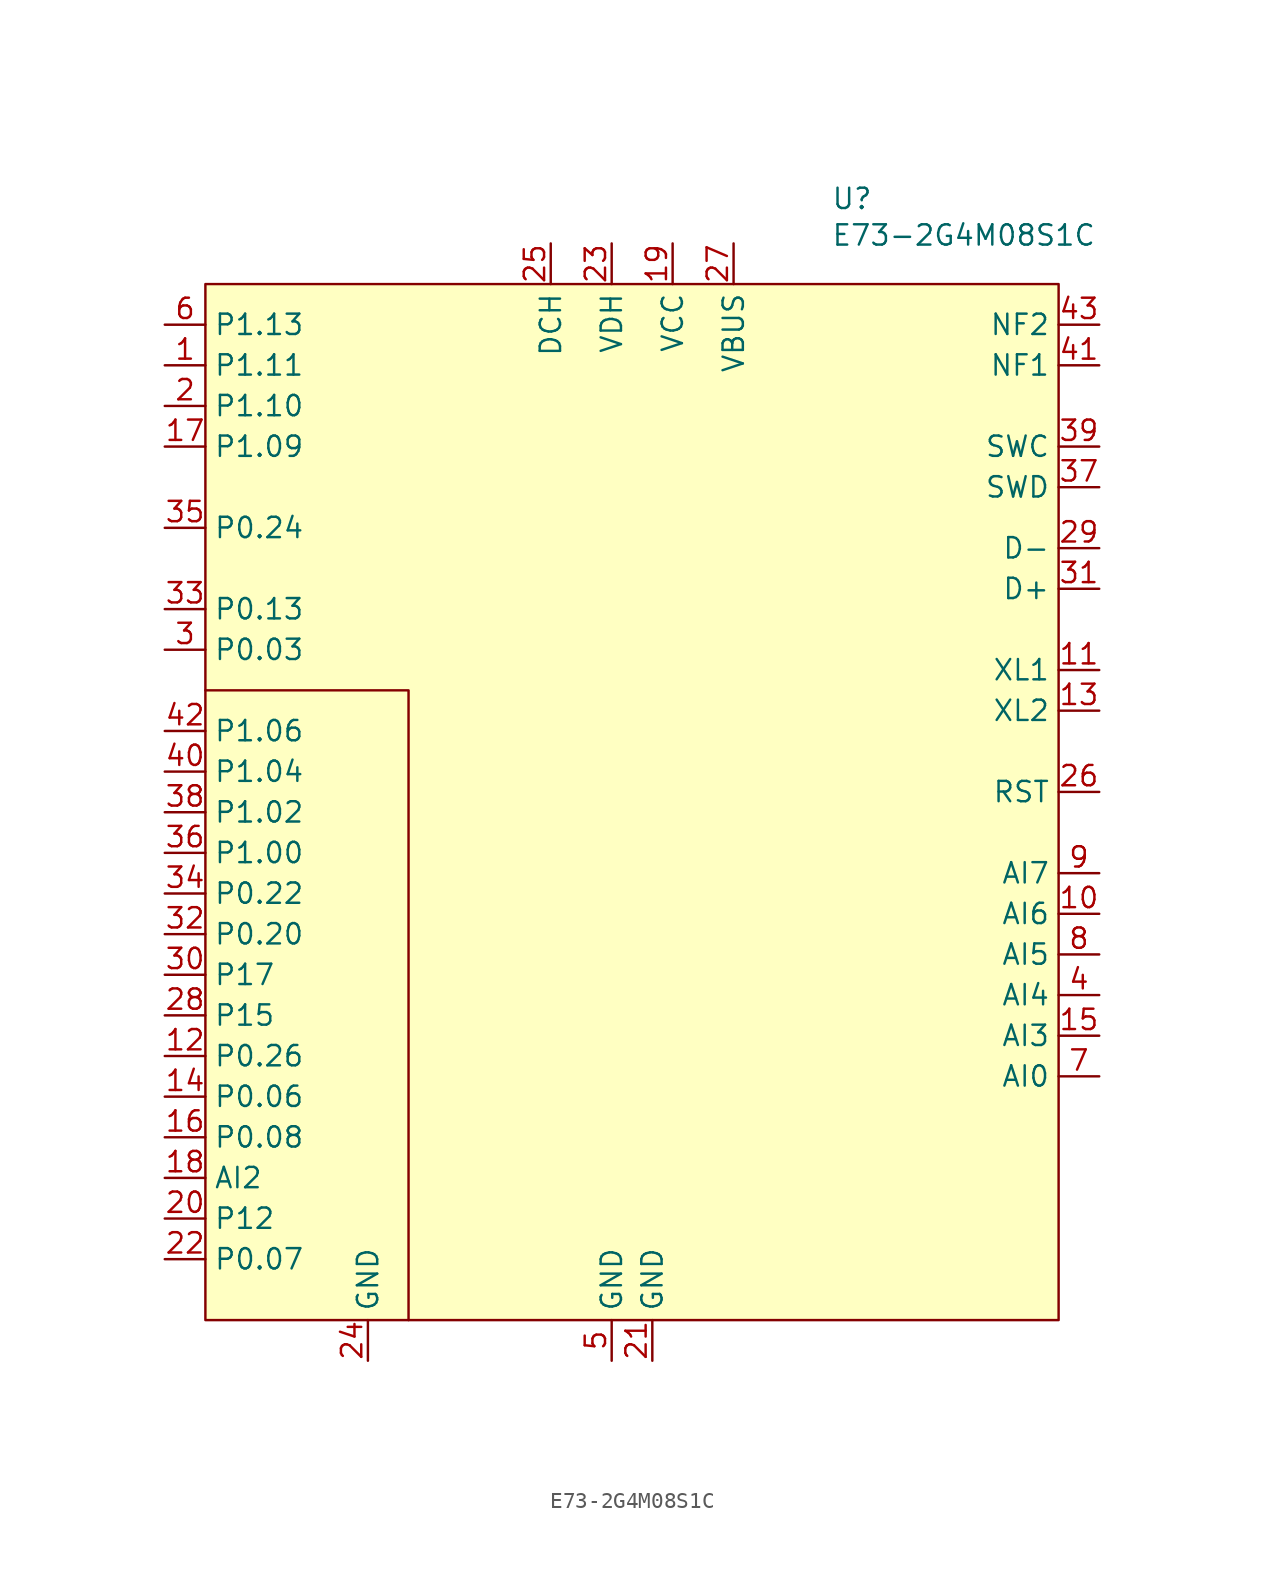
<source format=kicad_sym>
(kicad_symbol_lib
  (version 20241209)
  (generator "kicad_symbol_editor")
  (generator_version "9.0")
  (symbol "E73-2G4M08S1C"
    (property "Reference" "U"
      (at 12.446 30.734 0)
      (effects (font (size 1.27 1.27)) (justify left)))
    (property "Value" "E73-2G4M08S1C"
      (at 12.446 28.448 0)
      (effects (font (size 1.27 1.27)) (justify left)))
    (symbol "E73-2G4M08S1C_0_1"
      (rectangle (start -26.67 25.4) (end 26.67 -39.37) (stroke (width 0) (type default)) (fill (type background)))
      (polyline (pts (xy -26.67 0) (xy -13.97 0) (xy -13.97 -39.37)) (stroke (width 0) (type default)) (fill (type none)))
      (pin unspecified line (at -29.21 22.86 0) (length 2.54) (name "P1.13" (effects (font (size 1.27 1.27)))) (number "6" (effects (font (size 1.27 1.27)))))
      (pin unspecified line (at -29.21 20.32 0) (length 2.54) (name "P1.11" (effects (font (size 1.27 1.27)))) (number "1" (effects (font (size 1.27 1.27)))))
      (pin unspecified line (at -29.21 17.78 0) (length 2.54) (name "P1.10" (effects (font (size 1.27 1.27)))) (number "2" (effects (font (size 1.27 1.27)))))
      (pin unspecified line (at -29.21 15.24 0) (length 2.54) (name "P1.09" (effects (font (size 1.27 1.27)))) (number "17" (effects (font (size 1.27 1.27)))))
      (pin unspecified line (at -29.21 10.16 0) (length 2.54) (name "P0.24" (effects (font (size 1.27 1.27)))) (number "35" (effects (font (size 1.27 1.27)))))
      (pin unspecified line (at -29.21 5.08 0) (length 2.54) (name "P0.13" (effects (font (size 1.27 1.27)))) (number "33" (effects (font (size 1.27 1.27)))))
      (pin unspecified line (at -29.21 2.54 0) (length 2.54) (name "P0.03" (effects (font (size 1.27 1.27)))) (number "3" (effects (font (size 1.27 1.27)))))
      (pin unspecified line (at -29.21 -2.54 0) (length 2.54) (name "P1.06" (effects (font (size 1.27 1.27)))) (number "42" (effects (font (size 1.27 1.27)))))
      (pin unspecified line (at -29.21 -5.08 0) (length 2.54) (name "P1.04" (effects (font (size 1.27 1.27)))) (number "40" (effects (font (size 1.27 1.27)))))
      (pin unspecified line (at -29.21 -7.62 0) (length 2.54) (name "P1.02" (effects (font (size 1.27 1.27)))) (number "38" (effects (font (size 1.27 1.27)))))
      (pin unspecified line (at -29.21 -10.16 0) (length 2.54) (name "P1.00" (effects (font (size 1.27 1.27)))) (number "36" (effects (font (size 1.27 1.27)))))
      (pin unspecified line (at -29.21 -12.7 0) (length 2.54) (name "P0.22" (effects (font (size 1.27 1.27)))) (number "34" (effects (font (size 1.27 1.27)))))
      (pin unspecified line (at -29.21 -15.24 0) (length 2.54) (name "P0.20" (effects (font (size 1.27 1.27)))) (number "32" (effects (font (size 1.27 1.27)))))
      (pin unspecified line (at -29.21 -17.78 0) (length 2.54) (name "P17" (effects (font (size 1.27 1.27)))) (number "30" (effects (font (size 1.27 1.27)))))
      (pin unspecified line (at -29.21 -20.32 0) (length 2.54) (name "P15" (effects (font (size 1.27 1.27)))) (number "28" (effects (font (size 1.27 1.27)))))
      (pin unspecified line (at -29.21 -22.86 0) (length 2.54) (name "P0.26" (effects (font (size 1.27 1.27)))) (number "12" (effects (font (size 1.27 1.27)))))
      (pin unspecified line (at -29.21 -25.4 0) (length 2.54) (name "P0.06" (effects (font (size 1.27 1.27)))) (number "14" (effects (font (size 1.27 1.27)))))
      (pin unspecified line (at -29.21 -27.94 0) (length 2.54) (name "P0.08" (effects (font (size 1.27 1.27)))) (number "16" (effects (font (size 1.27 1.27)))))
      (pin unspecified line (at -29.21 -30.48 0) (length 2.54) (name "AI2" (effects (font (size 1.27 1.27)))) (number "18" (effects (font (size 1.27 1.27)))))
      (pin unspecified line (at -29.21 -33.02 0) (length 2.54) (name "P12" (effects (font (size 1.27 1.27)))) (number "20" (effects (font (size 1.27 1.27)))))
      (pin unspecified line (at -29.21 -35.56 0) (length 2.54) (name "P0.07" (effects (font (size 1.27 1.27)))) (number "22" (effects (font (size 1.27 1.27)))))
      (pin unspecified line (at -16.51 -41.91 90) (length 2.54) (name "GND" (effects (font (size 1.27 1.27)))) (number "24" (effects (font (size 1.27 1.27)))))
      (pin unspecified line (at -5.08 27.94 270) (length 2.54) (name "DCH" (effects (font (size 1.27 1.27)))) (number "25" (effects (font (size 1.27 1.27)))))
      (pin unspecified line (at -1.27 27.94 270) (length 2.54) (name "VDH" (effects (font (size 1.27 1.27)))) (number "23" (effects (font (size 1.27 1.27)))))
      (pin unspecified line (at -1.27 -41.91 90) (length 2.54) (name "GND" (effects (font (size 1.27 1.27)))) (number "5" (effects (font (size 1.27 1.27)))))
      (pin unspecified line (at 1.27 -41.91 90) (length 2.54) (name "GND" (effects (font (size 1.27 1.27)))) (number "21" (effects (font (size 1.27 1.27)))))
      (pin unspecified line (at 2.54 27.94 270) (length 2.54) (name "VCC" (effects (font (size 1.27 1.27)))) (number "19" (effects (font (size 1.27 1.27)))))
      (pin unspecified line (at 29.21 22.86 180) (length 2.54) (name "NF2" (effects (font (size 1.27 1.27)))) (number "43" (effects (font (size 1.27 1.27)))))
      (pin unspecified line (at 29.21 20.32 180) (length 2.54) (name "NF1" (effects (font (size 1.27 1.27)))) (number "41" (effects (font (size 1.27 1.27)))))
      (pin unspecified line (at 29.21 15.24 180) (length 2.54) (name "SWC" (effects (font (size 1.27 1.27)))) (number "39" (effects (font (size 1.27 1.27)))))
      (pin unspecified line (at 29.21 12.7 180) (length 2.54) (name "SWD" (effects (font (size 1.27 1.27)))) (number "37" (effects (font (size 1.27 1.27)))))
      (pin unspecified line (at 29.21 8.89 180) (length 2.54) (name "D-" (effects (font (size 1.27 1.27)))) (number "29" (effects (font (size 1.27 1.27)))))
      (pin unspecified line (at 29.21 6.35 180) (length 2.54) (name "D+" (effects (font (size 1.27 1.27)))) (number "31" (effects (font (size 1.27 1.27)))))
      (pin unspecified line (at 29.21 1.27 180) (length 2.54) (name "XL1" (effects (font (size 1.27 1.27)))) (number "11" (effects (font (size 1.27 1.27)))))
      (pin unspecified line (at 29.21 -1.27 180) (length 2.54) (name "XL2" (effects (font (size 1.27 1.27)))) (number "13" (effects (font (size 1.27 1.27)))))
      (pin unspecified line (at 29.21 -6.35 180) (length 2.54) (name "RST" (effects (font (size 1.27 1.27)))) (number "26" (effects (font (size 1.27 1.27)))))
      (pin unspecified line (at 29.21 -11.43 180) (length 2.54) (name "AI7" (effects (font (size 1.27 1.27)))) (number "9" (effects (font (size 1.27 1.27)))))
      (pin unspecified line (at 29.21 -13.97 180) (length 2.54) (name "AI6" (effects (font (size 1.27 1.27)))) (number "10" (effects (font (size 1.27 1.27)))))
      (pin unspecified line (at 29.21 -16.51 180) (length 2.54) (name "AI5" (effects (font (size 1.27 1.27)))) (number "8" (effects (font (size 1.27 1.27)))))
      (pin unspecified line (at 29.21 -19.05 180) (length 2.54) (name "AI4" (effects (font (size 1.27 1.27)))) (number "4" (effects (font (size 1.27 1.27)))))
      (pin unspecified line (at 29.21 -21.59 180) (length 2.54) (name "AI3" (effects (font (size 1.27 1.27)))) (number "15" (effects (font (size 1.27 1.27)))))
      (pin unspecified line (at 29.21 -24.13 180) (length 2.54) (name "AI0" (effects (font (size 1.27 1.27)))) (number "7" (effects (font (size 1.27 1.27))))))
    (symbol "E73-2G4M08S1C_1_1"
      (pin unspecified line (at 6.35 27.94 270) (length 2.54) (name "VBUS" (effects (font (size 1.27 1.27)))) (number "27" (effects (font (size 1.27 1.27))))))))
</source>
